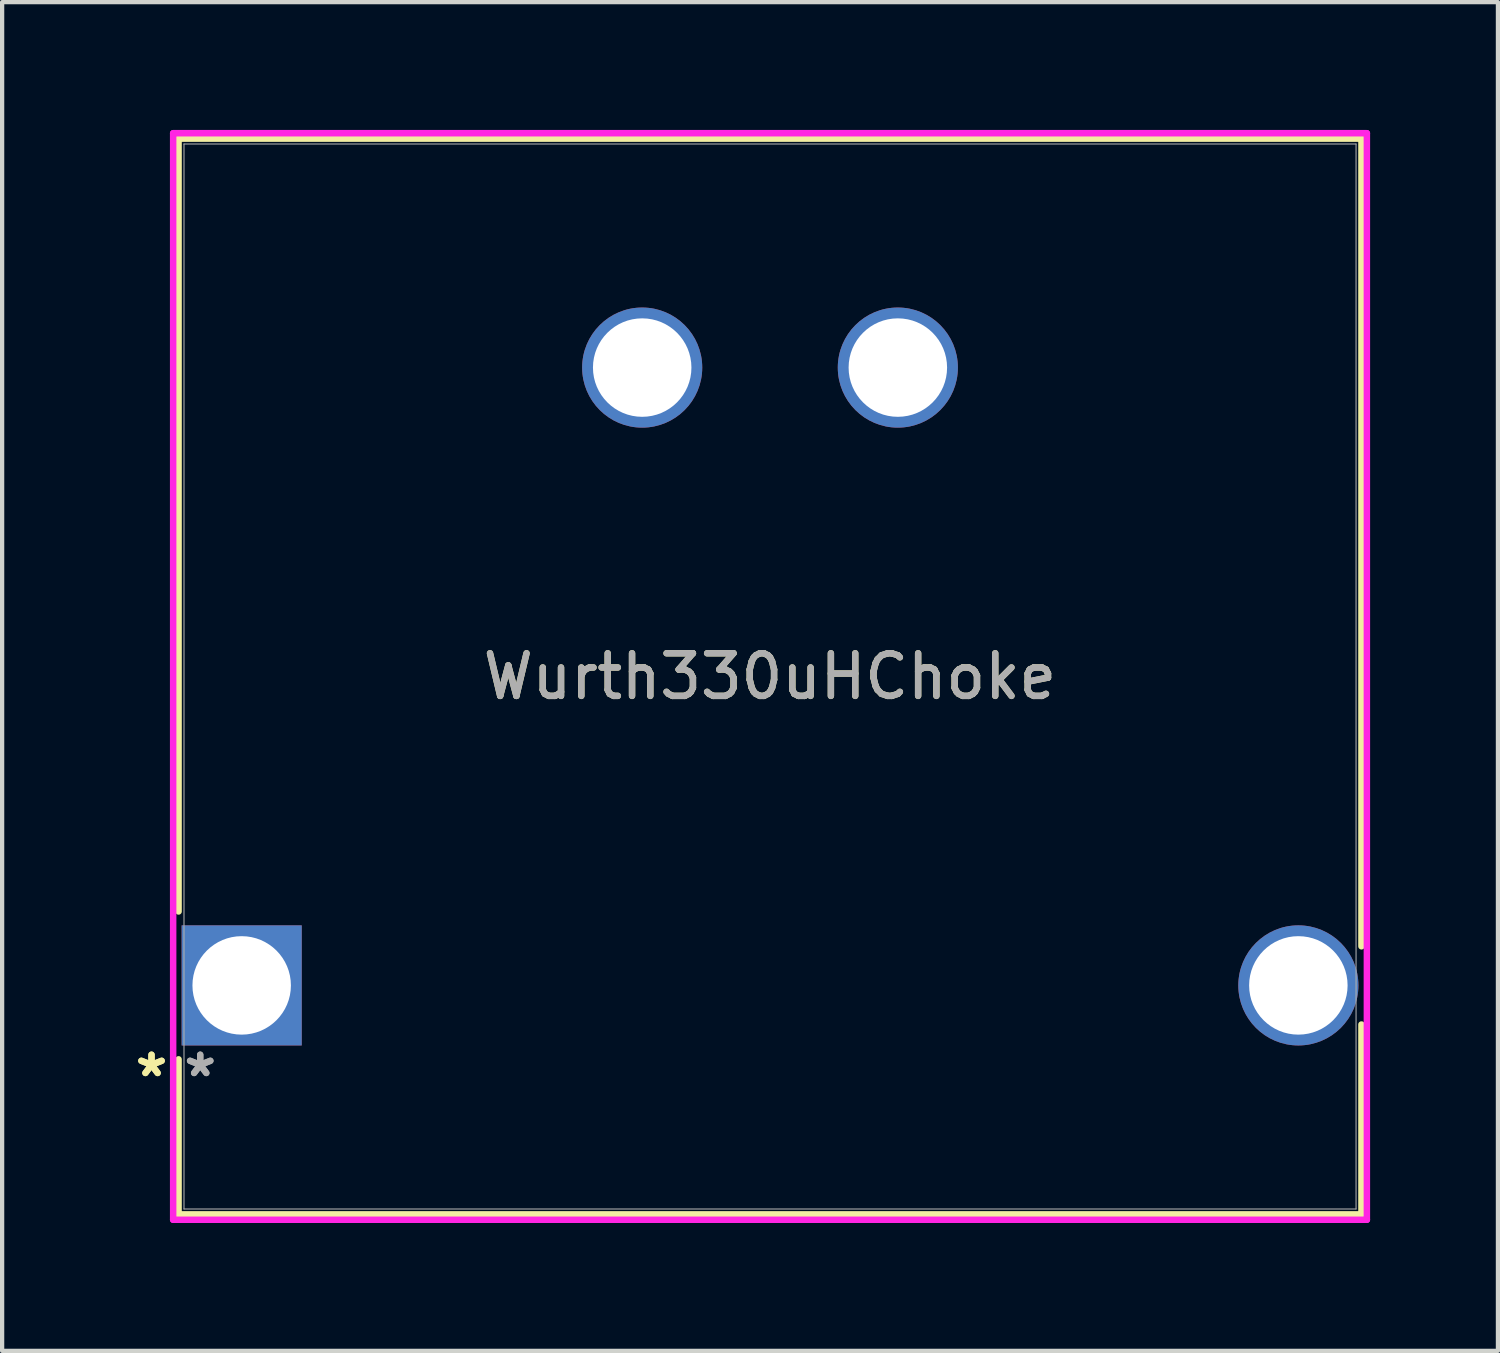
<source format=kicad_pcb>
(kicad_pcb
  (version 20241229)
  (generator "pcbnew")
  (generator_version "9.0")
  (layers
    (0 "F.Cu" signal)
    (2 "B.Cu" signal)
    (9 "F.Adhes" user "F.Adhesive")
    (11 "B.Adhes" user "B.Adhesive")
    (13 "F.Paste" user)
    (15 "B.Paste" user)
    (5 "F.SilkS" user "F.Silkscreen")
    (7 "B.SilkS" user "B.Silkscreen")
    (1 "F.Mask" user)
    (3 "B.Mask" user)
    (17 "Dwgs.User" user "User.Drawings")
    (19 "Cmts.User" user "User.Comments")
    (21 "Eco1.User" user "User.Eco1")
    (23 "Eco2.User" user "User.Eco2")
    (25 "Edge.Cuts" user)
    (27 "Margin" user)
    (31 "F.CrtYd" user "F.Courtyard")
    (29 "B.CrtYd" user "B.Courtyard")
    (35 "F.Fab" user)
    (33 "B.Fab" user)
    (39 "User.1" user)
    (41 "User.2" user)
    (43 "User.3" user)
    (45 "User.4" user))
  (footprint "Wurth330uHChoke"
    (layer "F.Cu")
    (at 2.622 20.077)
    (property "Reference" "Wurth330uHChoke" (at 12.4 -7.25 0) (unlocked yes) (layer "F.SilkS") (effects (font (size 1 1) (thickness 0.15))))
    (attr through_hole)
    (fp_line (start -1.481 -19.874) (end 26.281 -19.874) (stroke (width 0.152) (type solid)) (layer "F.SilkS"))
    (fp_line (start -1.481 -1.735) (end -1.481 -19.874) (stroke (width 0.152) (type solid)) (layer "F.SilkS"))
    (fp_line (start -1.481 5.374) (end -1.481 1.735) (stroke (width 0.152) (type solid)) (layer "F.SilkS"))
    (fp_line (start 26.281 -19.874) (end 26.281 -0.918) (stroke (width 0.152) (type solid)) (layer "F.SilkS"))
    (fp_line (start 26.281 0.918) (end 26.281 5.374) (stroke (width 0.152) (type solid)) (layer "F.SilkS"))
    (fp_line (start 26.281 5.374) (end -1.481 5.374) (stroke (width 0.152) (type solid)) (layer "F.SilkS"))
    (fp_line (start -1.608 -20.001) (end -1.608 5.501) (stroke (width 0.152) (type solid)) (layer "F.CrtYd"))
    (fp_line (start -1.608 5.501) (end 26.408 5.501) (stroke (width 0.152) (type solid)) (layer "F.CrtYd"))
    (fp_line (start 26.408 -20.001) (end -1.608 -20.001) (stroke (width 0.152) (type solid)) (layer "F.CrtYd"))
    (fp_line (start 26.408 5.501) (end 26.408 -20.001) (stroke (width 0.152) (type solid)) (layer "F.CrtYd"))
    (fp_line (start -1.354 -19.747) (end 26.154 -19.747) (stroke (width 0.025) (type solid)) (layer "F.Fab"))
    (fp_line (start -1.354 5.247) (end -1.354 -19.747) (stroke (width 0.025) (type solid)) (layer "F.Fab"))
    (fp_line (start 26.154 -19.747) (end 26.154 5.247) (stroke (width 0.025) (type solid)) (layer "F.Fab"))
    (fp_line (start 26.154 5.247) (end -1.354 5.247) (stroke (width 0.025) (type solid)) (layer "F.Fab"))
    (fp_text user "*" (at -2.116 2.172 0) (unlocked yes) (layer "F.SilkS") (effects (font (size 1 1) (thickness 0.15))))
    (fp_text user "*" (at -2.116 2.172 0) (layer "F.SilkS") (effects (font (size 1 1) (thickness 0.15))))
    (fp_text user "*" (at -0.973 2.172 0) (unlocked yes) (layer "F.Fab") (effects (font (size 1 1) (thickness 0.15))))
    (fp_text user "${REFERENCE}" (at 12.4 -7.25 0) (unlocked yes) (layer "F.Fab") (effects (font (size 1 1) (thickness 0.15))))
    (fp_text user "*" (at -0.973 2.172 0) (layer "F.Fab") (effects (font (size 1 1) (thickness 0.15))))
    (pad "1" thru_hole rect (at 0 0) (size 2.819 2.819) (drill 2.311) (layers "*.Cu" "*.Mask"))
    (pad "2" thru_hole circle (at 9.4 -14.5) (size 2.819 2.819) (drill 2.311) (layers "*.Cu" "*.Mask"))
    (pad "3" thru_hole circle (at 15.4 -14.5) (size 2.819 2.819) (drill 2.311) (layers "*.Cu" "*.Mask"))
    (pad "4" thru_hole circle (at 24.8 0) (size 2.819 2.819) (drill 2.311) (layers "*.Cu" "*.Mask")))
  (gr_rect
    (start -3 -3)
    (end 32.106 28.654)
    (stroke (width 0.1) (type default))
    (fill no)
    (layer "Edge.Cuts")))
</source>
